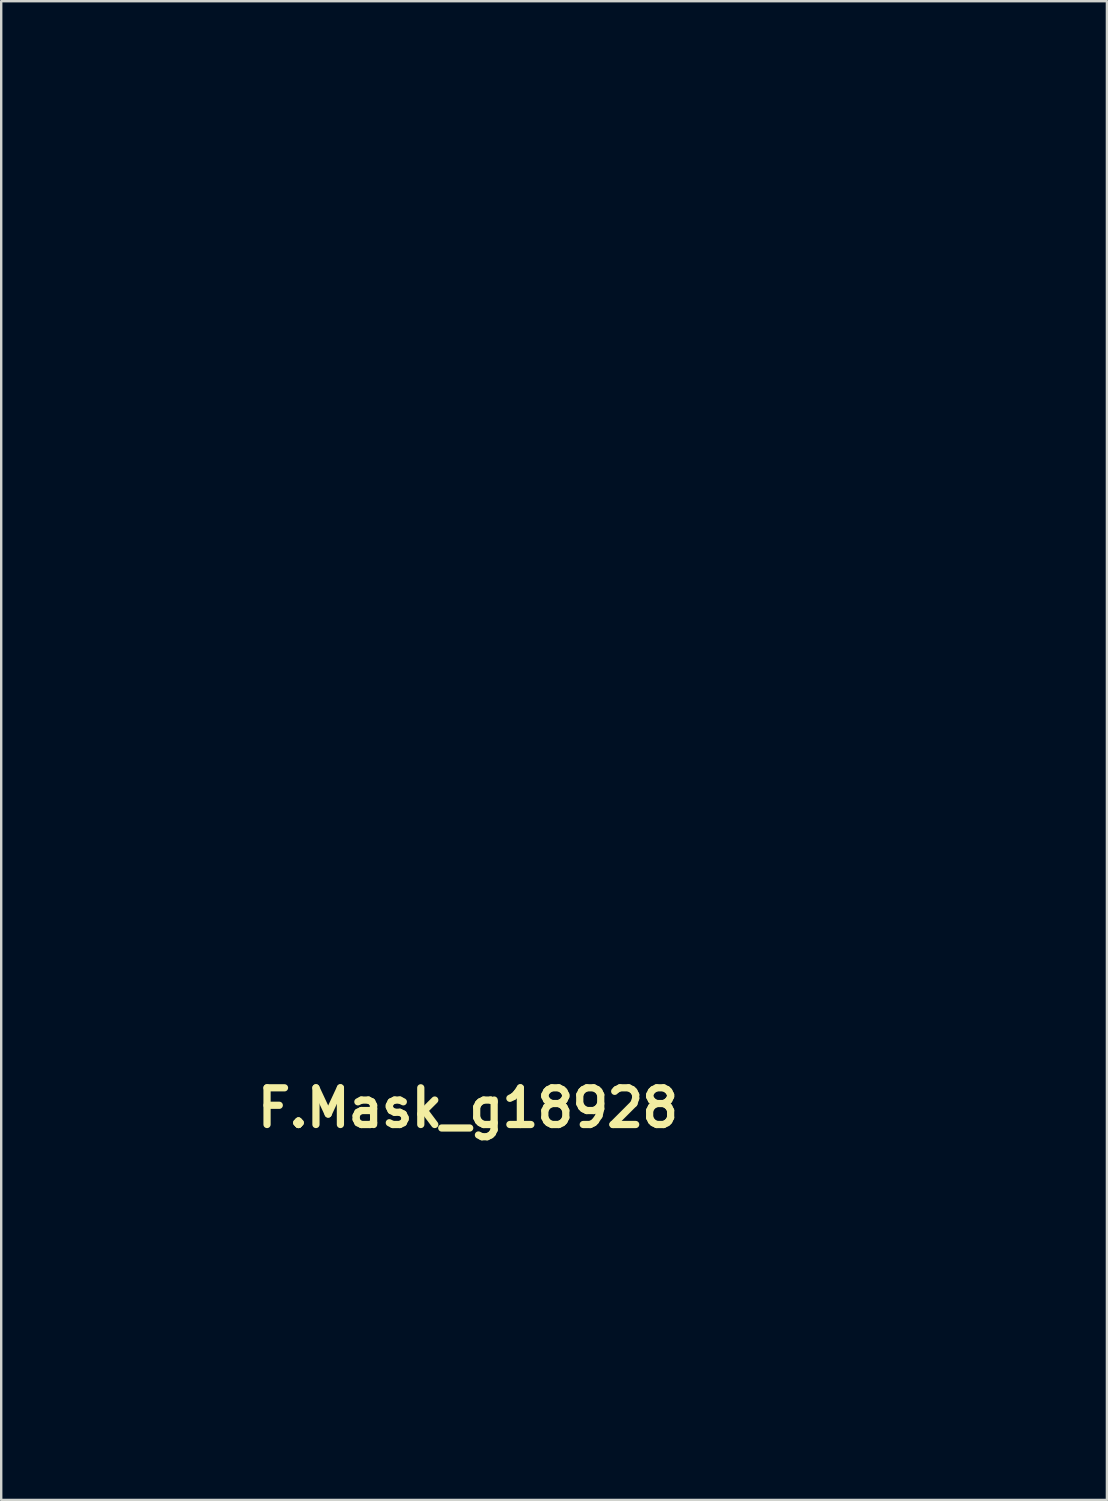
<source format=kicad_pcb>
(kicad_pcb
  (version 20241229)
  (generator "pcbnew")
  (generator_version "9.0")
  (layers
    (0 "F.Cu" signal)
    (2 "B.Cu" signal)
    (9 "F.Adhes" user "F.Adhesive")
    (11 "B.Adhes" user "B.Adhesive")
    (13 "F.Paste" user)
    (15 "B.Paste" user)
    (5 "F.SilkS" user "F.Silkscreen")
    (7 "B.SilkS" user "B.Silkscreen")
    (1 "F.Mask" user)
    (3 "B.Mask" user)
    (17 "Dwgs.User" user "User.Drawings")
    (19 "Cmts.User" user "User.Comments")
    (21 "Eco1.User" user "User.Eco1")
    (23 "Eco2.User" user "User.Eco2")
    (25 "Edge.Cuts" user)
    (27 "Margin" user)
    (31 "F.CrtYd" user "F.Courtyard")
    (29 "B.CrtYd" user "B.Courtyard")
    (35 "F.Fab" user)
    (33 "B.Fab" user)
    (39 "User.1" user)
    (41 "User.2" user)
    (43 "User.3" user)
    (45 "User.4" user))
  (footprint "F.Mask_g18928"
    (layer "F.Cu")
    (at 16.388 42.971)
    (property "Reference" "F.Mask_g18928" (at 0 0 0) (layer "F.SilkS") (effects (font (size 1.524 1.524) (thickness 0.3))))
    (attr through_hole)
    (fp_poly (pts (xy 3.335 2.816) (xy 3.84 2.866) (xy 4.324 2.945) (xy 4.743 3.048) (xy 4.961 3.127) (xy 5.162 3.233) (xy 5.315 3.365) (xy 5.431 3.549) (xy 5.518 3.81) (xy 5.586 4.173) (xy 5.645 4.665) (xy 5.682 5.049) (xy 5.723 5.547) (xy 5.744 5.909) (xy 5.744 6.166) (xy 5.724 6.351) (xy 5.682 6.496) (xy 5.673 6.518) (xy 5.501 6.85) (xy 5.278 7.106) (xy 4.979 7.299) (xy 4.579 7.444) (xy 4.053 7.553) (xy 3.598 7.615) (xy 3.006 7.675) (xy 2.56 7.697) (xy 2.245 7.682) (xy 2.042 7.63) (xy 2.014 7.615) (xy 1.912 7.519) (xy 1.832 7.353) (xy 1.773 7.1) (xy 1.732 6.74) (xy 1.707 6.258) (xy 1.695 5.633) (xy 1.694 5.225) (xy 1.698 4.547) (xy 1.714 4.017) (xy 1.746 3.617) (xy 1.798 3.325) (xy 1.873 3.121) (xy 1.976 2.986) (xy 2.112 2.899) (xy 2.16 2.878) (xy 2.45 2.818) (xy 2.857 2.799) (xy 3.335 2.816)) (stroke (width 0.01) (type solid)) (fill yes) (layer "F.Mask"))
    (fp_poly (pts (xy 0.4 3.183) (xy 0.603 3.203) (xy 0.732 3.257) (xy 0.834 3.358) (xy 0.878 3.416) (xy 0.943 3.512) (xy 0.99 3.619) (xy 1.02 3.763) (xy 1.038 3.973) (xy 1.044 4.275) (xy 1.043 4.697) (xy 1.037 5.151) (xy 1.02 5.905) (xy 0.99 6.509) (xy 0.941 6.981) (xy 0.868 7.339) (xy 0.765 7.604) (xy 0.626 7.792) (xy 0.446 7.924) (xy 0.22 8.018) (xy 0.18 8.03) (xy -0.223 8.123) (xy -0.724 8.195) (xy -1.278 8.246) (xy -1.841 8.272) (xy -2.372 8.273) (xy -2.825 8.245) (xy -3.157 8.187) (xy -3.171 8.183) (xy -3.442 8.054) (xy -3.641 7.836) (xy -3.782 7.505) (xy -3.879 7.036) (xy -3.893 6.933) (xy -3.943 6.444) (xy -3.969 5.956) (xy -3.972 5.505) (xy -3.951 5.13) (xy -3.907 4.868) (xy -3.881 4.799) (xy -3.788 4.653) (xy -3.661 4.525) (xy -3.467 4.39) (xy -3.172 4.224) (xy -2.935 4.099) (xy -2.306 3.806) (xy -1.648 3.555) (xy -1.002 3.359) (xy -0.411 3.23) (xy 0.074 3.182) (xy 0.4 3.183)) (stroke (width 0.01) (type solid)) (fill yes) (layer "F.Mask"))
    (fp_poly (pts (xy 2.816 9.438) (xy 3.26 9.475) (xy 4.099 9.597) (xy 4.812 9.753) (xy 5.39 9.943) (xy 5.828 10.161) (xy 6.115 10.404) (xy 6.246 10.67) (xy 6.251 10.809) (xy 6.225 10.926) (xy 6.157 11.017) (xy 6.017 11.103) (xy 5.774 11.204) (xy 5.461 11.316) (xy 5.052 11.454) (xy 4.552 11.612) (xy 4.034 11.77) (xy 3.701 11.866) (xy 2.704 12.15) (xy 2.58 12.566) (xy 2.484 12.861) (xy 2.38 13.064) (xy 2.238 13.189) (xy 2.024 13.256) (xy 1.706 13.28) (xy 1.252 13.279) (xy 1.236 13.279) (xy 0.724 13.267) (xy 0.136 13.247) (xy -0.432 13.223) (xy -0.677 13.211) (xy -1.122 13.181) (xy -1.446 13.145) (xy -1.701 13.09) (xy -1.934 13.006) (xy -2.197 12.883) (xy -2.201 12.881) (xy -2.546 12.682) (xy -2.889 12.443) (xy -3.115 12.25) (xy -3.325 12.03) (xy -3.43 11.861) (xy -3.458 11.689) (xy -3.454 11.599) (xy -3.415 11.401) (xy -3.309 11.264) (xy -3.092 11.133) (xy -3.069 11.121) (xy -2.778 10.964) (xy -2.45 10.771) (xy -2.307 10.681) (xy -1.996 10.5) (xy -1.627 10.311) (xy -1.397 10.205) (xy -1.092 10.07) (xy -0.818 9.941) (xy -0.667 9.863) (xy -0.3 9.715) (xy 0.199 9.593) (xy 0.795 9.5) (xy 1.454 9.441) (xy 2.139 9.419) (xy 2.816 9.438)) (stroke (width 0.01) (type solid)) (fill yes) (layer "F.Mask"))
    (fp_poly (pts (xy -9.605 -11.305) (xy -9.381 -11.193) (xy -9.068 -11.027) (xy -8.694 -10.82) (xy -8.286 -10.59) (xy -7.874 -10.352) (xy -7.486 -10.121) (xy -7.271 -9.989) (xy -6.427 -9.432) (xy -5.643 -8.84) (xy -4.866 -8.169) (xy -4.346 -7.679) (xy -3.559 -6.862) (xy -2.927 -6.093) (xy -2.447 -5.364) (xy -2.114 -4.668) (xy -1.924 -4) (xy -1.886 -3.719) (xy -1.88 -3.392) (xy -1.936 -3.084) (xy -2.068 -2.769) (xy -2.289 -2.42) (xy -2.614 -2.01) (xy -2.974 -1.602) (xy -3.561 -0.992) (xy -4.136 -0.481) (xy -4.722 -0.058) (xy -5.342 0.287) (xy -6.017 0.561) (xy -6.77 0.775) (xy -7.625 0.938) (xy -8.603 1.058) (xy -9.664 1.142) (xy -10.481 1.194) (xy -10.791 0.684) (xy -11.088 0.155) (xy -11.4 -0.468) (xy -11.699 -1.125) (xy -11.959 -1.758) (xy -12.146 -2.286) (xy -12.445 -3.493) (xy -12.578 -4.679) (xy -12.578 -4.682) (xy -9.135 -4.682) (xy -9.097 -4.268) (xy -8.9 -3.91) (xy -8.545 -3.613) (xy -8.531 -3.604) (xy -8.215 -3.444) (xy -7.963 -3.399) (xy -7.716 -3.468) (xy -7.559 -3.554) (xy -7.345 -3.724) (xy -7.115 -3.965) (xy -7.022 -4.082) (xy -6.861 -4.331) (xy -6.792 -4.538) (xy -6.79 -4.788) (xy -6.794 -4.833) (xy -6.876 -5.164) (xy -7.041 -5.514) (xy -7.258 -5.831) (xy -7.49 -6.059) (xy -7.585 -6.115) (xy -7.848 -6.148) (xy -8.153 -6.054) (xy -8.465 -5.855) (xy -8.749 -5.576) (xy -8.97 -5.239) (xy -9.013 -5.146) (xy -9.135 -4.682) (xy -12.578 -4.682) (xy -12.545 -5.839) (xy -12.348 -6.969) (xy -11.988 -8.063) (xy -11.463 -9.115) (xy -11.172 -9.577) (xy -10.958 -9.882) (xy -10.708 -10.214) (xy -10.444 -10.548) (xy -10.19 -10.856) (xy -9.968 -11.11) (xy -9.801 -11.282) (xy -9.712 -11.345) (xy -9.605 -11.305)) (stroke (width 0.01) (type solid)) (fill yes) (layer "F.Mask"))
    (fp_poly (pts (xy 14.521 -12.562) (xy 14.654 -12.343) (xy 14.856 -12.019) (xy 15.104 -11.629) (xy 15.373 -11.211) (xy 15.478 -11.049) (xy 16.088 -10.075) (xy 16.582 -9.204) (xy 16.958 -8.442) (xy 17.199 -7.832) (xy 17.282 -7.563) (xy 17.339 -7.31) (xy 17.374 -7.03) (xy 17.391 -6.679) (xy 17.396 -6.215) (xy 17.396 -6.054) (xy 17.392 -5.572) (xy 17.381 -5.216) (xy 17.355 -4.941) (xy 17.308 -4.704) (xy 17.234 -4.461) (xy 17.126 -4.168) (xy 17.121 -4.154) (xy 16.756 -3.328) (xy 16.29 -2.511) (xy 15.709 -1.684) (xy 15.001 -0.83) (xy 14.153 0.07) (xy 13.99 0.233) (xy 13.64 0.571) (xy 13.323 0.863) (xy 13.061 1.087) (xy 12.877 1.226) (xy 12.8 1.262) (xy 12.653 1.244) (xy 12.39 1.203) (xy 12.062 1.147) (xy 11.98 1.133) (xy 10.782 0.836) (xy 9.656 0.395) (xy 8.615 -0.183) (xy 7.67 -0.89) (xy 6.833 -1.717) (xy 6.115 -2.657) (xy 5.834 -3.114) (xy 5.693 -3.37) (xy 5.583 -3.603) (xy 5.5 -3.841) (xy 5.437 -4.111) (xy 5.39 -4.442) (xy 5.353 -4.862) (xy 5.322 -5.37) (xy 8.163 -5.37) (xy 8.167 -4.903) (xy 8.327 -4.499) (xy 8.643 -4.16) (xy 8.992 -3.944) (xy 9.4 -3.781) (xy 9.771 -3.735) (xy 10.175 -3.804) (xy 10.359 -3.861) (xy 10.774 -4.083) (xy 11.075 -4.415) (xy 11.257 -4.838) (xy 11.314 -5.331) (xy 11.241 -5.876) (xy 11.052 -6.41) (xy 10.836 -6.763) (xy 10.557 -6.985) (xy 10.183 -7.093) (xy 9.868 -7.112) (xy 9.357 -7.049) (xy 8.952 -6.856) (xy 8.647 -6.531) (xy 8.626 -6.497) (xy 8.316 -5.902) (xy 8.163 -5.37) (xy 5.322 -5.37) (xy 5.321 -5.399) (xy 5.293 -5.978) (xy 5.231 -7.342) (xy 6.574 -8.466) (xy 7.81 -9.477) (xy 8.954 -10.365) (xy 10.002 -11.128) (xy 10.953 -11.764) (xy 11.802 -12.271) (xy 12.446 -12.601) (xy 12.909 -12.79) (xy 13.328 -12.896) (xy 13.681 -12.935) (xy 14.281 -12.974) (xy 14.521 -12.562)) (stroke (width 0.01) (type solid)) (fill yes) (layer "F.Mask"))
    (fp_poly (pts (xy 6.461 -42.937) (xy 6.483 -42.921) (xy 6.557 -42.812) (xy 6.592 -42.629) (xy 6.586 -42.355) (xy 6.538 -41.971) (xy 6.445 -41.461) (xy 6.307 -40.806) (xy 6.302 -40.782) (xy 6.112 -39.906) (xy 5.964 -39.177) (xy 5.856 -38.577) (xy 5.787 -38.09) (xy 5.757 -37.697) (xy 5.765 -37.382) (xy 5.81 -37.127) (xy 5.892 -36.916) (xy 6.01 -36.73) (xy 6.121 -36.597) (xy 6.271 -36.468) (xy 6.435 -36.408) (xy 6.631 -36.427) (xy 6.875 -36.533) (xy 7.184 -36.732) (xy 7.574 -37.033) (xy 8.062 -37.444) (xy 8.231 -37.59) (xy 9.303 -38.414) (xy 10.475 -39.104) (xy 11.751 -39.662) (xy 13.133 -40.089) (xy 13.462 -40.168) (xy 13.773 -40.229) (xy 14.155 -40.29) (xy 14.573 -40.348) (xy 14.992 -40.397) (xy 15.377 -40.435) (xy 15.692 -40.457) (xy 15.903 -40.459) (xy 15.971 -40.445) (xy 15.936 -40.368) (xy 15.802 -40.194) (xy 15.589 -39.946) (xy 15.318 -39.649) (xy 15.237 -39.563) (xy 14.864 -39.154) (xy 14.446 -38.671) (xy 14.038 -38.176) (xy 13.723 -37.775) (xy 13.439 -37.4) (xy 13.171 -37.047) (xy 12.946 -36.752) (xy 12.791 -36.55) (xy 12.768 -36.52) (xy 12.628 -36.313) (xy 12.59 -36.164) (xy 12.63 -36.028) (xy 12.722 -35.905) (xy 12.881 -35.827) (xy 13.129 -35.79) (xy 13.488 -35.793) (xy 13.979 -35.833) (xy 14.309 -35.87) (xy 15.261 -35.977) (xy 16.097 -36.058) (xy 16.869 -36.115) (xy 17.626 -36.153) (xy 18.42 -36.174) (xy 18.881 -36.18) (xy 19.543 -36.183) (xy 20.055 -36.177) (xy 20.435 -36.16) (xy 20.7 -36.129) (xy 20.87 -36.081) (xy 20.962 -36.015) (xy 20.996 -35.928) (xy 20.997 -35.9) (xy 20.929 -35.776) (xy 20.738 -35.58) (xy 20.449 -35.329) (xy 20.082 -35.039) (xy 19.661 -34.726) (xy 19.208 -34.407) (xy 18.745 -34.1) (xy 18.296 -33.819) (xy 17.882 -33.582) (xy 17.716 -33.495) (xy 17.45 -33.344) (xy 17.313 -33.216) (xy 17.272 -33.079) (xy 17.272 -33.072) (xy 17.293 -32.974) (xy 17.366 -32.877) (xy 17.503 -32.776) (xy 17.718 -32.667) (xy 18.023 -32.545) (xy 18.432 -32.405) (xy 18.958 -32.242) (xy 19.614 -32.05) (xy 20.412 -31.825) (xy 20.997 -31.664) (xy 21.487 -31.515) (xy 22.015 -31.33) (xy 22.505 -31.138) (xy 22.754 -31.028) (xy 23.107 -30.86) (xy 23.334 -30.739) (xy 23.463 -30.642) (xy 23.521 -30.546) (xy 23.537 -30.427) (xy 23.537 -30.373) (xy 23.529 -30.227) (xy 23.496 -30.098) (xy 23.423 -29.978) (xy 23.294 -29.861) (xy 23.096 -29.737) (xy 22.813 -29.599) (xy 22.432 -29.44) (xy 21.936 -29.251) (xy 21.312 -29.024) (xy 20.545 -28.752) (xy 20.405 -28.703) (xy 19.848 -28.505) (xy 19.304 -28.308) (xy 18.808 -28.126) (xy 18.394 -27.97) (xy 18.099 -27.853) (xy 18.058 -27.836) (xy 17.447 -27.58) (xy 18.707 -26.257) (xy 19.626 -25.271) (xy 20.412 -24.383) (xy 21.066 -23.591) (xy 21.591 -22.892) (xy 21.987 -22.283) (xy 22.258 -21.762) (xy 22.406 -21.325) (xy 22.437 -21.063) (xy 22.391 -20.698) (xy 22.244 -20.463) (xy 21.981 -20.343) (xy 21.715 -20.32) (xy 21.509 -20.338) (xy 21.275 -20.401) (xy 20.979 -20.52) (xy 20.587 -20.709) (xy 20.366 -20.823) (xy 19.763 -21.124) (xy 19.292 -21.329) (xy 18.943 -21.436) (xy 18.708 -21.441) (xy 18.577 -21.345) (xy 18.542 -21.143) (xy 18.593 -20.835) (xy 18.711 -20.447) (xy 18.834 -20.037) (xy 18.873 -19.756) (xy 18.828 -19.587) (xy 18.744 -19.524) (xy 18.667 -19.506) (xy 18.57 -19.518) (xy 18.432 -19.571) (xy 18.229 -19.676) (xy 17.94 -19.844) (xy 17.543 -20.085) (xy 17.272 -20.252) (xy 16.173 -20.904) (xy 15.021 -21.538) (xy 13.883 -22.117) (xy 13.23 -22.426) (xy 12.674 -22.672) (xy 12.16 -22.885) (xy 11.709 -23.058) (xy 11.343 -23.182) (xy 11.083 -23.25) (xy 10.952 -23.255) (xy 10.945 -23.25) (xy 10.935 -23.155) (xy 10.934 -22.914) (xy 10.942 -22.551) (xy 10.958 -22.09) (xy 10.981 -21.553) (xy 11.003 -21.103) (xy 11.04 -20.356) (xy 11.066 -19.76) (xy 11.08 -19.299) (xy 11.081 -18.955) (xy 11.068 -18.711) (xy 11.041 -18.548) (xy 11 -18.451) (xy 10.942 -18.402) (xy 10.894 -18.387) (xy 10.702 -18.372) (xy 10.512 -18.41) (xy 10.308 -18.515) (xy 10.074 -18.7) (xy 9.793 -18.98) (xy 9.449 -19.366) (xy 9.026 -19.872) (xy 8.913 -20.01) (xy 8.618 -20.367) (xy 8.244 -20.812) (xy 7.811 -21.324) (xy 7.337 -21.879) (xy 6.842 -22.456) (xy 6.345 -23.031) (xy 5.867 -23.583) (xy 5.425 -24.089) (xy 5.039 -24.526) (xy 4.73 -24.872) (xy 4.566 -25.051) (xy 4.338 -25.27) (xy 4.189 -25.351) (xy 4.133 -25.334) (xy 4.093 -25.219) (xy 4.049 -24.972) (xy 4.006 -24.63) (xy 3.973 -24.26) (xy 3.898 -23.456) (xy 3.79 -22.633) (xy 3.643 -21.759) (xy 3.453 -20.804) (xy 3.213 -19.738) (xy 3.058 -19.092) (xy 2.908 -18.474) (xy 2.759 -17.859) (xy 2.621 -17.284) (xy 2.501 -16.783) (xy 2.41 -16.392) (xy 2.376 -16.246) (xy 2.238 -15.715) (xy 2.097 -15.346) (xy 1.944 -15.132) (xy 1.77 -15.066) (xy 1.567 -15.14) (xy 1.325 -15.348) (xy 1.298 -15.377) (xy 1.092 -15.648) (xy 0.851 -16.057) (xy 0.583 -16.578) (xy 0.298 -17.187) (xy 0.009 -17.857) (xy -0.276 -18.563) (xy -0.546 -19.281) (xy -0.791 -19.985) (xy -1 -20.65) (xy -1.163 -21.251) (xy -1.225 -21.526) (xy -1.305 -21.707) (xy -1.464 -21.759) (xy -1.466 -21.759) (xy -1.55 -21.739) (xy -1.65 -21.668) (xy -1.776 -21.533) (xy -1.937 -21.322) (xy -2.143 -21.022) (xy -2.404 -20.618) (xy -2.727 -20.099) (xy -3.123 -19.45) (xy -3.263 -19.219) (xy -3.538 -18.769) (xy -3.809 -18.329) (xy -4.054 -17.938) (xy -4.249 -17.634) (xy -4.328 -17.514) (xy -4.561 -17.191) (xy -4.815 -16.875) (xy -5.064 -16.592) (xy -5.287 -16.368) (xy -5.458 -16.228) (xy -5.555 -16.196) (xy -5.559 -16.199) (xy -5.58 -16.3) (xy -5.603 -16.547) (xy -5.627 -16.915) (xy -5.648 -17.38) (xy -5.668 -17.92) (xy -5.679 -18.358) (xy -5.701 -19.12) (xy -5.728 -19.726) (xy -5.761 -20.19) (xy -5.803 -20.527) (xy -5.855 -20.751) (xy -5.919 -20.875) (xy -5.996 -20.913) (xy -6.097 -20.876) (xy -6.314 -20.778) (xy -6.611 -20.633) (xy -6.866 -20.505) (xy -7.205 -20.327) (xy -7.528 -20.148) (xy -7.863 -19.95) (xy -8.234 -19.717) (xy -8.669 -19.434) (xy -9.194 -19.082) (xy -9.734 -18.716) (xy -10.181 -18.423) (xy -10.515 -18.237) (xy -10.75 -18.154) (xy -10.899 -18.169) (xy -10.976 -18.278) (xy -10.99 -18.341) (xy -10.973 -18.545) (xy -10.894 -18.86) (xy -10.766 -19.247) (xy -10.601 -19.664) (xy -10.426 -20.047) (xy -10.283 -20.323) (xy -10.073 -20.715) (xy -9.81 -21.193) (xy -9.513 -21.729) (xy -9.196 -22.292) (xy -8.877 -22.856) (xy -8.571 -23.389) (xy -8.295 -23.865) (xy -8.066 -24.253) (xy -7.899 -24.525) (xy -7.882 -24.551) (xy -7.683 -24.868) (xy -7.574 -25.071) (xy -7.546 -25.183) (xy -7.592 -25.227) (xy -7.633 -25.231) (xy -7.725 -25.187) (xy -7.942 -25.062) (xy -8.269 -24.866) (xy -8.689 -24.609) (xy -9.185 -24.302) (xy -9.74 -23.955) (xy -10.321 -23.588) (xy -11.174 -23.047) (xy -11.897 -22.59) (xy -12.502 -22.21) (xy -13.002 -21.899) (xy -13.409 -21.65) (xy -13.736 -21.456) (xy -13.995 -21.309) (xy -14.199 -21.203) (xy -14.36 -21.129) (xy -14.491 -21.081) (xy -14.603 -21.051) (xy -14.698 -21.034) (xy -15.024 -21.023) (xy -15.225 -21.114) (xy -15.315 -21.319) (xy -15.324 -21.452) (xy -15.286 -21.707) (xy -15.168 -22.028) (xy -14.963 -22.432) (xy -14.663 -22.933) (xy -14.266 -23.537) (xy -13.876 -24.131) (xy -13.583 -24.621) (xy -13.374 -25.032) (xy -13.237 -25.388) (xy -13.159 -25.717) (xy -13.157 -25.731) (xy -13.097 -26.104) (xy -13.505 -26.048) (xy -13.765 -25.987) (xy -14.116 -25.869) (xy -14.502 -25.716) (xy -14.683 -25.636) (xy -15.104 -25.452) (xy -15.43 -25.34) (xy -15.712 -25.287) (xy -15.917 -25.276) (xy -16.383 -25.273) (xy -16.371 -25.545) (xy -16.316 -25.84) (xy -16.171 -26.188) (xy -15.925 -26.605) (xy -15.57 -27.11) (xy -15.304 -27.455) (xy -14.849 -28.066) (xy -14.521 -28.581) (xy -14.316 -29.008) (xy -14.229 -29.356) (xy -14.225 -29.435) (xy -14.242 -29.597) (xy -14.318 -29.715) (xy -14.49 -29.832) (xy -14.664 -29.922) (xy -15.073 -30.079) (xy -15.463 -30.147) (xy -15.489 -30.147) (xy -15.776 -30.157) (xy -15.964 -30.183) (xy -16.047 -30.24) (xy -16.02 -30.342) (xy -15.877 -30.501) (xy -15.612 -30.731) (xy -15.22 -31.046) (xy -15.061 -31.172) (xy -14.426 -31.665) (xy -13.896 -32.058) (xy -13.451 -32.364) (xy -13.068 -32.598) (xy -12.729 -32.772) (xy -12.411 -32.899) (xy -12.335 -32.924) (xy -12.089 -33.002) (xy -11.873 -33.063) (xy -11.66 -33.113) (xy -11.423 -33.153) (xy -11.137 -33.187) (xy -10.773 -33.22) (xy -10.306 -33.254) (xy -9.709 -33.294) (xy -9.393 -33.314) (xy -8.629 -33.367) (xy -8.019 -33.421) (xy -7.548 -33.482) (xy -7.202 -33.554) (xy -6.966 -33.643) (xy -6.823 -33.754) (xy -6.761 -33.891) (xy -6.762 -34.06) (xy -6.791 -34.19) (xy -6.901 -34.501) (xy -7.066 -34.808) (xy -7.305 -35.137) (xy -7.637 -35.512) (xy -8.081 -35.959) (xy -8.201 -36.075) (xy -8.652 -36.524) (xy -9.002 -36.908) (xy -9.243 -37.216) (xy -9.367 -37.439) (xy -9.367 -37.566) (xy -9.364 -37.57) (xy -9.274 -37.555) (xy -9.048 -37.49) (xy -8.705 -37.381) (xy -8.268 -37.236) (xy -7.758 -37.061) (xy -7.262 -36.886) (xy -6.222 -36.521) (xy -5.324 -36.216) (xy -4.551 -35.969) (xy -3.888 -35.775) (xy -3.32 -35.632) (xy -2.83 -35.535) (xy -2.405 -35.482) (xy -2.027 -35.469) (xy -1.681 -35.492) (xy -1.352 -35.549) (xy -1.312 -35.558) (xy -1.15 -35.608) (xy -0.995 -35.691) (xy -0.824 -35.827) (xy -0.619 -36.035) (xy -0.358 -36.335) (xy -0.021 -36.746) (xy 0.085 -36.877) (xy 0.814 -37.769) (xy 1.485 -38.553) (xy 2.131 -39.265) (xy 2.785 -39.94) (xy 3.48 -40.613) (xy 4.134 -41.218) (xy 4.717 -41.742) (xy 5.19 -42.159) (xy 5.567 -42.478) (xy 5.86 -42.709) (xy 6.083 -42.861) (xy 6.249 -42.943) (xy 6.37 -42.966) (xy 6.461 -42.937)) (stroke (width 0.01) (type solid)) (fill yes) (layer "F.Mask")))
  (gr_rect
    (start -3 -3)
    (end 42.93 59.255)
    (stroke (width 0.1) (type default))
    (fill no)
    (layer "Edge.Cuts")))
</source>
